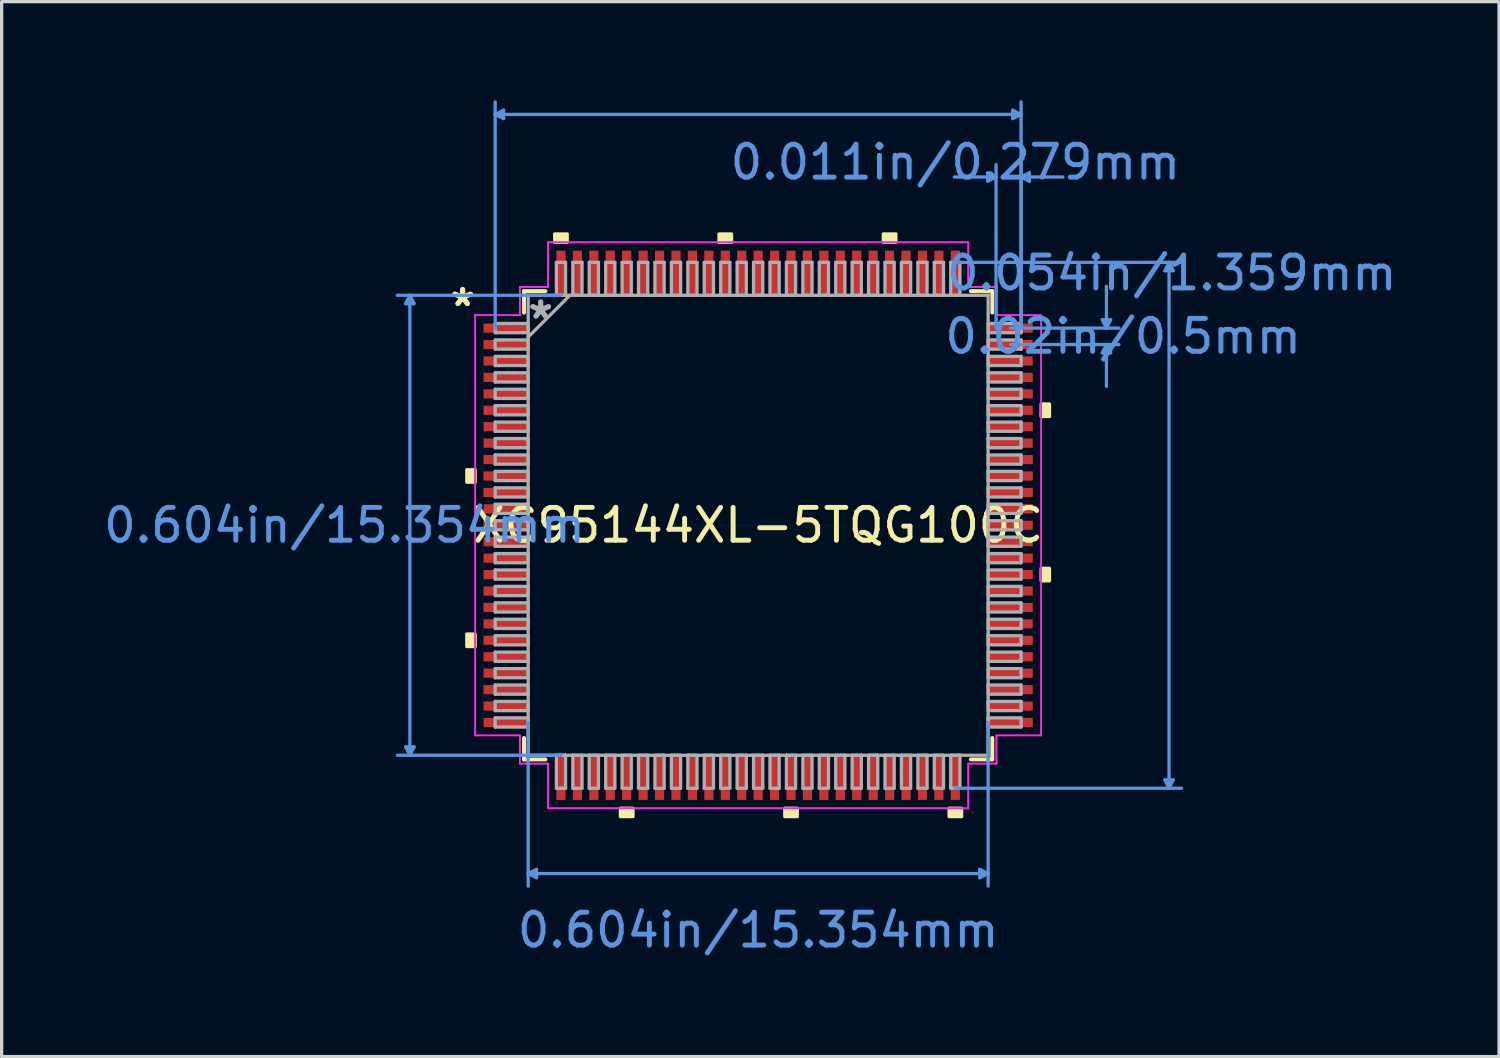
<source format=kicad_pcb>
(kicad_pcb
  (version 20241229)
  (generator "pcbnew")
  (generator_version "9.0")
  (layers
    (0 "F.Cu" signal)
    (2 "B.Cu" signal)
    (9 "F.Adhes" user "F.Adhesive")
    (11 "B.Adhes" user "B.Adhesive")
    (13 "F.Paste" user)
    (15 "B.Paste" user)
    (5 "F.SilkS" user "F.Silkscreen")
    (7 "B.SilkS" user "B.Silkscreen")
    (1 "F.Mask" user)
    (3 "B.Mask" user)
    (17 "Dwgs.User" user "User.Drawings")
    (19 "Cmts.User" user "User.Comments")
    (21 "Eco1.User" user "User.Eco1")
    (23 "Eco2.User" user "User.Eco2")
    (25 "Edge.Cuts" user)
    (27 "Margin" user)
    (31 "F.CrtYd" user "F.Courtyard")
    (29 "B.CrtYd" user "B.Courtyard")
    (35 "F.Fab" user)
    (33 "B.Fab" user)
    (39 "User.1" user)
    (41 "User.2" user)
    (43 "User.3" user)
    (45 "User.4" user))
  (footprint "XC95144XL-5TQG100C"
    (layer "F.Cu")
    (at 20.02 12.934)
    (property "Reference" "XC95144XL-5TQG100C" (at 0 0 0) (layer "F.SilkS") (effects (font (size 1 1) (thickness 0.15))))
    (attr through_hole)
    (fp_line (start -7.125 -7.125) (end -7.125 -6.472) (stroke (width 0.12) (type solid)) (layer "F.SilkS"))
    (fp_line (start -7.125 6.472) (end -7.125 7.125) (stroke (width 0.12) (type solid)) (layer "F.SilkS"))
    (fp_line (start -7.125 7.125) (end -6.472 7.125) (stroke (width 0.12) (type solid)) (layer "F.SilkS"))
    (fp_line (start -6.472 -7.125) (end -7.125 -7.125) (stroke (width 0.12) (type solid)) (layer "F.SilkS"))
    (fp_line (start 6.472 7.125) (end 7.125 7.125) (stroke (width 0.12) (type solid)) (layer "F.SilkS"))
    (fp_line (start 7.125 -7.125) (end 6.472 -7.125) (stroke (width 0.12) (type solid)) (layer "F.SilkS"))
    (fp_line (start 7.125 -6.472) (end 7.125 -7.125) (stroke (width 0.12) (type solid)) (layer "F.SilkS"))
    (fp_line (start 7.125 7.125) (end 7.125 6.472) (stroke (width 0.12) (type solid)) (layer "F.SilkS"))
    (fp_poly (pts (xy -8.865 -1.69) (xy -8.865 -1.31) (xy -8.611 -1.31) (xy -8.611 -1.69)) (stroke (width 0.1) (type solid)) (fill yes) (layer "F.SilkS"))
    (fp_poly (pts (xy -8.865 3.31) (xy -8.865 3.691) (xy -8.611 3.691) (xy -8.611 3.31)) (stroke (width 0.1) (type solid)) (fill yes) (layer "F.SilkS"))
    (fp_poly (pts (xy -6.191 -8.611) (xy -6.191 -8.865) (xy -5.81 -8.865) (xy -5.81 -8.611)) (stroke (width 0.1) (type solid)) (fill yes) (layer "F.SilkS"))
    (fp_poly (pts (xy -4.191 8.611) (xy -4.191 8.865) (xy -3.809 8.865) (xy -3.809 8.611)) (stroke (width 0.1) (type solid)) (fill yes) (layer "F.SilkS"))
    (fp_poly (pts (xy -1.191 -8.611) (xy -1.191 -8.865) (xy -0.81 -8.865) (xy -0.81 -8.611)) (stroke (width 0.1) (type solid)) (fill yes) (layer "F.SilkS"))
    (fp_poly (pts (xy 0.81 8.611) (xy 0.81 8.865) (xy 1.191 8.865) (xy 1.191 8.611)) (stroke (width 0.1) (type solid)) (fill yes) (layer "F.SilkS"))
    (fp_poly (pts (xy 3.809 -8.611) (xy 3.809 -8.865) (xy 4.191 -8.865) (xy 4.191 -8.611)) (stroke (width 0.1) (type solid)) (fill yes) (layer "F.SilkS"))
    (fp_poly (pts (xy 5.81 8.611) (xy 5.81 8.865) (xy 6.191 8.865) (xy 6.191 8.611)) (stroke (width 0.1) (type solid)) (fill yes) (layer "F.SilkS"))
    (fp_poly (pts (xy 8.865 -3.691) (xy 8.865 -3.31) (xy 8.611 -3.31) (xy 8.611 -3.691)) (stroke (width 0.1) (type solid)) (fill yes) (layer "F.SilkS"))
    (fp_poly (pts (xy 8.865 1.31) (xy 8.865 1.69) (xy 8.611 1.69) (xy 8.611 1.31)) (stroke (width 0.1) (type solid)) (fill yes) (layer "F.SilkS"))
    (fp_line (start -10.725 -6.744) (end -10.471 -6.744) (stroke (width 0.1) (type solid)) (layer "Cmts.User"))
    (fp_line (start -10.725 6.744) (end -10.471 6.744) (stroke (width 0.1) (type solid)) (layer "Cmts.User"))
    (fp_line (start -10.598 -6.998) (end -10.725 -6.744) (stroke (width 0.1) (type solid)) (layer "Cmts.User"))
    (fp_line (start -10.598 -6.998) (end -10.598 6.998) (stroke (width 0.1) (type solid)) (layer "Cmts.User"))
    (fp_line (start -10.598 -6.998) (end -10.471 -6.744) (stroke (width 0.1) (type solid)) (layer "Cmts.User"))
    (fp_line (start -10.598 6.998) (end -10.725 6.744) (stroke (width 0.1) (type solid)) (layer "Cmts.User"))
    (fp_line (start -10.598 6.998) (end -10.471 6.744) (stroke (width 0.1) (type solid)) (layer "Cmts.User"))
    (fp_line (start -8.001 -12.503) (end -7.747 -12.63) (stroke (width 0.1) (type solid)) (layer "Cmts.User"))
    (fp_line (start -8.001 -12.503) (end -7.747 -12.376) (stroke (width 0.1) (type solid)) (layer "Cmts.User"))
    (fp_line (start -8.001 -12.503) (end 8.001 -12.503) (stroke (width 0.1) (type solid)) (layer "Cmts.User"))
    (fp_line (start -8.001 -6) (end -8.001 -12.884) (stroke (width 0.1) (type solid)) (layer "Cmts.User"))
    (fp_line (start -7.747 -12.63) (end -7.747 -12.376) (stroke (width 0.1) (type solid)) (layer "Cmts.User"))
    (fp_line (start -6.998 6) (end -6.998 10.979) (stroke (width 0.1) (type solid)) (layer "Cmts.User"))
    (fp_line (start -6.998 10.598) (end -6.744 10.471) (stroke (width 0.1) (type solid)) (layer "Cmts.User"))
    (fp_line (start -6.998 10.598) (end -6.744 10.725) (stroke (width 0.1) (type solid)) (layer "Cmts.User"))
    (fp_line (start -6.998 10.598) (end 6.998 10.598) (stroke (width 0.1) (type solid)) (layer "Cmts.User"))
    (fp_line (start -6.744 10.471) (end -6.744 10.725) (stroke (width 0.1) (type solid)) (layer "Cmts.User"))
    (fp_line (start -6 -6.998) (end -10.979 -6.998) (stroke (width 0.1) (type solid)) (layer "Cmts.User"))
    (fp_line (start -6 6.998) (end -10.979 6.998) (stroke (width 0.1) (type solid)) (layer "Cmts.User"))
    (fp_line (start 6 -8.001) (end 12.884 -8.001) (stroke (width 0.1) (type solid)) (layer "Cmts.User"))
    (fp_line (start 6 8.001) (end 12.884 8.001) (stroke (width 0.1) (type solid)) (layer "Cmts.User"))
    (fp_line (start 6.744 10.471) (end 6.744 10.725) (stroke (width 0.1) (type solid)) (layer "Cmts.User"))
    (fp_line (start 6.985 -10.725) (end 6.985 -10.471) (stroke (width 0.1) (type solid)) (layer "Cmts.User"))
    (fp_line (start 6.998 6) (end 6.998 10.979) (stroke (width 0.1) (type solid)) (layer "Cmts.User"))
    (fp_line (start 6.998 10.598) (end 6.744 10.471) (stroke (width 0.1) (type solid)) (layer "Cmts.User"))
    (fp_line (start 6.998 10.598) (end 6.744 10.725) (stroke (width 0.1) (type solid)) (layer "Cmts.User"))
    (fp_line (start 7.239 -10.598) (end 5.969 -10.598) (stroke (width 0.1) (type solid)) (layer "Cmts.User"))
    (fp_line (start 7.239 -10.598) (end 6.985 -10.725) (stroke (width 0.1) (type solid)) (layer "Cmts.User"))
    (fp_line (start 7.239 -10.598) (end 6.985 -10.471) (stroke (width 0.1) (type solid)) (layer "Cmts.User"))
    (fp_line (start 7.239 -6) (end 7.239 -10.979) (stroke (width 0.1) (type solid)) (layer "Cmts.User"))
    (fp_line (start 7.677 -6) (end 10.979 -6) (stroke (width 0.1) (type solid)) (layer "Cmts.User"))
    (fp_line (start 7.677 -5.5) (end 10.979 -5.5) (stroke (width 0.1) (type solid)) (layer "Cmts.User"))
    (fp_line (start 7.747 -12.63) (end 7.747 -12.376) (stroke (width 0.1) (type solid)) (layer "Cmts.User"))
    (fp_line (start 8.001 -12.503) (end 7.747 -12.63) (stroke (width 0.1) (type solid)) (layer "Cmts.User"))
    (fp_line (start 8.001 -12.503) (end 7.747 -12.376) (stroke (width 0.1) (type solid)) (layer "Cmts.User"))
    (fp_line (start 8.001 -10.598) (end 8.255 -10.725) (stroke (width 0.1) (type solid)) (layer "Cmts.User"))
    (fp_line (start 8.001 -10.598) (end 8.255 -10.471) (stroke (width 0.1) (type solid)) (layer "Cmts.User"))
    (fp_line (start 8.001 -10.598) (end 9.271 -10.598) (stroke (width 0.1) (type solid)) (layer "Cmts.User"))
    (fp_line (start 8.001 -6) (end 8.001 -12.884) (stroke (width 0.1) (type solid)) (layer "Cmts.User"))
    (fp_line (start 8.001 -6) (end 8.001 -10.979) (stroke (width 0.1) (type solid)) (layer "Cmts.User"))
    (fp_line (start 8.255 -10.725) (end 8.255 -10.471) (stroke (width 0.1) (type solid)) (layer "Cmts.User"))
    (fp_line (start 10.471 -6.254) (end 10.725 -6.254) (stroke (width 0.1) (type solid)) (layer "Cmts.User"))
    (fp_line (start 10.471 -5.246) (end 10.725 -5.246) (stroke (width 0.1) (type solid)) (layer "Cmts.User"))
    (fp_line (start 10.598 -6) (end 10.471 -6.254) (stroke (width 0.1) (type solid)) (layer "Cmts.User"))
    (fp_line (start 10.598 -6) (end 10.598 -7.27) (stroke (width 0.1) (type solid)) (layer "Cmts.User"))
    (fp_line (start 10.598 -6) (end 10.725 -6.254) (stroke (width 0.1) (type solid)) (layer "Cmts.User"))
    (fp_line (start 10.598 -5.5) (end 10.471 -5.246) (stroke (width 0.1) (type solid)) (layer "Cmts.User"))
    (fp_line (start 10.598 -5.5) (end 10.598 -4.23) (stroke (width 0.1) (type solid)) (layer "Cmts.User"))
    (fp_line (start 10.598 -5.5) (end 10.725 -5.246) (stroke (width 0.1) (type solid)) (layer "Cmts.User"))
    (fp_line (start 12.376 -7.747) (end 12.63 -7.747) (stroke (width 0.1) (type solid)) (layer "Cmts.User"))
    (fp_line (start 12.376 7.747) (end 12.63 7.747) (stroke (width 0.1) (type solid)) (layer "Cmts.User"))
    (fp_line (start 12.503 -8.001) (end 12.376 -7.747) (stroke (width 0.1) (type solid)) (layer "Cmts.User"))
    (fp_line (start 12.503 -8.001) (end 12.503 8.001) (stroke (width 0.1) (type solid)) (layer "Cmts.User"))
    (fp_line (start 12.503 -8.001) (end 12.63 -7.747) (stroke (width 0.1) (type solid)) (layer "Cmts.User"))
    (fp_line (start 12.503 8.001) (end 12.376 7.747) (stroke (width 0.1) (type solid)) (layer "Cmts.User"))
    (fp_line (start 12.503 8.001) (end 12.63 7.747) (stroke (width 0.1) (type solid)) (layer "Cmts.User"))
    (fp_line (start -8.611 -6.394) (end -7.252 -6.394) (stroke (width 0.05) (type solid)) (layer "F.CrtYd"))
    (fp_line (start -8.611 -6.394) (end -7.252 -6.394) (stroke (width 0.05) (type solid)) (layer "F.CrtYd"))
    (fp_line (start -8.611 6.394) (end -8.611 -6.394) (stroke (width 0.05) (type solid)) (layer "F.CrtYd"))
    (fp_line (start -8.611 6.394) (end -8.611 -6.394) (stroke (width 0.05) (type solid)) (layer "F.CrtYd"))
    (fp_line (start -7.252 -7.252) (end -6.394 -7.252) (stroke (width 0.05) (type solid)) (layer "F.CrtYd"))
    (fp_line (start -7.252 -7.252) (end -6.394 -7.252) (stroke (width 0.05) (type solid)) (layer "F.CrtYd"))
    (fp_line (start -7.252 -6.394) (end -7.252 -7.252) (stroke (width 0.05) (type solid)) (layer "F.CrtYd"))
    (fp_line (start -7.252 -6.394) (end -7.252 -7.252) (stroke (width 0.05) (type solid)) (layer "F.CrtYd"))
    (fp_line (start -7.252 6.394) (end -8.611 6.394) (stroke (width 0.05) (type solid)) (layer "F.CrtYd"))
    (fp_line (start -7.252 6.394) (end -8.611 6.394) (stroke (width 0.05) (type solid)) (layer "F.CrtYd"))
    (fp_line (start -7.252 7.252) (end -7.252 6.394) (stroke (width 0.05) (type solid)) (layer "F.CrtYd"))
    (fp_line (start -7.252 7.252) (end -7.252 6.394) (stroke (width 0.05) (type solid)) (layer "F.CrtYd"))
    (fp_line (start -7.252 7.252) (end -6.394 7.252) (stroke (width 0.05) (type solid)) (layer "F.CrtYd"))
    (fp_line (start -6.394 -8.611) (end 6.394 -8.611) (stroke (width 0.05) (type solid)) (layer "F.CrtYd"))
    (fp_line (start -6.394 -8.611) (end 6.394 -8.611) (stroke (width 0.05) (type solid)) (layer "F.CrtYd"))
    (fp_line (start -6.394 -7.252) (end -6.394 -8.611) (stroke (width 0.05) (type solid)) (layer "F.CrtYd"))
    (fp_line (start -6.394 -7.252) (end -6.394 -8.611) (stroke (width 0.05) (type solid)) (layer "F.CrtYd"))
    (fp_line (start -6.394 7.252) (end -7.252 7.252) (stroke (width 0.05) (type solid)) (layer "F.CrtYd"))
    (fp_line (start -6.394 7.252) (end -6.394 8.611) (stroke (width 0.05) (type solid)) (layer "F.CrtYd"))
    (fp_line (start -6.394 8.611) (end -6.394 7.252) (stroke (width 0.05) (type solid)) (layer "F.CrtYd"))
    (fp_line (start -6.394 8.611) (end 6.394 8.611) (stroke (width 0.05) (type solid)) (layer "F.CrtYd"))
    (fp_line (start 6.394 -8.611) (end 6.394 -7.252) (stroke (width 0.05) (type solid)) (layer "F.CrtYd"))
    (fp_line (start 6.394 -8.611) (end 6.394 -7.252) (stroke (width 0.05) (type solid)) (layer "F.CrtYd"))
    (fp_line (start 6.394 -7.252) (end 7.252 -7.252) (stroke (width 0.05) (type solid)) (layer "F.CrtYd"))
    (fp_line (start 6.394 -7.252) (end 7.252 -7.252) (stroke (width 0.05) (type solid)) (layer "F.CrtYd"))
    (fp_line (start 6.394 7.252) (end 6.394 8.611) (stroke (width 0.05) (type solid)) (layer "F.CrtYd"))
    (fp_line (start 6.394 7.252) (end 7.252 7.252) (stroke (width 0.05) (type solid)) (layer "F.CrtYd"))
    (fp_line (start 6.394 8.611) (end -6.394 8.611) (stroke (width 0.05) (type solid)) (layer "F.CrtYd"))
    (fp_line (start 6.394 8.611) (end 6.394 7.252) (stroke (width 0.05) (type solid)) (layer "F.CrtYd"))
    (fp_line (start 7.252 -7.252) (end 7.252 -6.394) (stroke (width 0.05) (type solid)) (layer "F.CrtYd"))
    (fp_line (start 7.252 -6.394) (end 7.252 -7.252) (stroke (width 0.05) (type solid)) (layer "F.CrtYd"))
    (fp_line (start 7.252 -6.394) (end 8.611 -6.394) (stroke (width 0.05) (type solid)) (layer "F.CrtYd"))
    (fp_line (start 7.252 6.394) (end 7.252 7.252) (stroke (width 0.05) (type solid)) (layer "F.CrtYd"))
    (fp_line (start 7.252 6.394) (end 8.611 6.394) (stroke (width 0.05) (type solid)) (layer "F.CrtYd"))
    (fp_line (start 7.252 7.252) (end 6.394 7.252) (stroke (width 0.05) (type solid)) (layer "F.CrtYd"))
    (fp_line (start 7.252 7.252) (end 7.252 6.394) (stroke (width 0.05) (type solid)) (layer "F.CrtYd"))
    (fp_line (start 8.611 -6.394) (end 7.252 -6.394) (stroke (width 0.05) (type solid)) (layer "F.CrtYd"))
    (fp_line (start 8.611 -6.394) (end 8.611 6.394) (stroke (width 0.05) (type solid)) (layer "F.CrtYd"))
    (fp_line (start 8.611 6.394) (end 7.252 6.394) (stroke (width 0.05) (type solid)) (layer "F.CrtYd"))
    (fp_line (start 8.611 6.394) (end 8.611 -6.394) (stroke (width 0.05) (type solid)) (layer "F.CrtYd"))
    (fp_line (start -8.001 -6.14) (end -8.001 -5.86) (stroke (width 0.1) (type solid)) (layer "F.Fab"))
    (fp_line (start -8.001 -5.86) (end -6.998 -5.86) (stroke (width 0.1) (type solid)) (layer "F.Fab"))
    (fp_line (start -8.001 -5.64) (end -8.001 -5.36) (stroke (width 0.1) (type solid)) (layer "F.Fab"))
    (fp_line (start -8.001 -5.36) (end -6.998 -5.36) (stroke (width 0.1) (type solid)) (layer "F.Fab"))
    (fp_line (start -8.001 -5.14) (end -8.001 -4.86) (stroke (width 0.1) (type solid)) (layer "F.Fab"))
    (fp_line (start -8.001 -4.86) (end -6.998 -4.86) (stroke (width 0.1) (type solid)) (layer "F.Fab"))
    (fp_line (start -8.001 -4.64) (end -8.001 -4.36) (stroke (width 0.1) (type solid)) (layer "F.Fab"))
    (fp_line (start -8.001 -4.36) (end -6.998 -4.36) (stroke (width 0.1) (type solid)) (layer "F.Fab"))
    (fp_line (start -8.001 -4.14) (end -8.001 -3.86) (stroke (width 0.1) (type solid)) (layer "F.Fab"))
    (fp_line (start -8.001 -3.86) (end -6.998 -3.86) (stroke (width 0.1) (type solid)) (layer "F.Fab"))
    (fp_line (start -8.001 -3.64) (end -8.001 -3.36) (stroke (width 0.1) (type solid)) (layer "F.Fab"))
    (fp_line (start -8.001 -3.36) (end -6.998 -3.36) (stroke (width 0.1) (type solid)) (layer "F.Fab"))
    (fp_line (start -8.001 -3.14) (end -8.001 -2.86) (stroke (width 0.1) (type solid)) (layer "F.Fab"))
    (fp_line (start -8.001 -2.86) (end -6.998 -2.86) (stroke (width 0.1) (type solid)) (layer "F.Fab"))
    (fp_line (start -8.001 -2.64) (end -8.001 -2.36) (stroke (width 0.1) (type solid)) (layer "F.Fab"))
    (fp_line (start -8.001 -2.36) (end -6.998 -2.36) (stroke (width 0.1) (type solid)) (layer "F.Fab"))
    (fp_line (start -8.001 -2.14) (end -8.001 -1.86) (stroke (width 0.1) (type solid)) (layer "F.Fab"))
    (fp_line (start -8.001 -1.86) (end -6.998 -1.86) (stroke (width 0.1) (type solid)) (layer "F.Fab"))
    (fp_line (start -8.001 -1.64) (end -8.001 -1.36) (stroke (width 0.1) (type solid)) (layer "F.Fab"))
    (fp_line (start -8.001 -1.36) (end -6.998 -1.36) (stroke (width 0.1) (type solid)) (layer "F.Fab"))
    (fp_line (start -8.001 -1.14) (end -8.001 -0.86) (stroke (width 0.1) (type solid)) (layer "F.Fab"))
    (fp_line (start -8.001 -0.86) (end -6.998 -0.86) (stroke (width 0.1) (type solid)) (layer "F.Fab"))
    (fp_line (start -8.001 -0.64) (end -8.001 -0.36) (stroke (width 0.1) (type solid)) (layer "F.Fab"))
    (fp_line (start -8.001 -0.36) (end -6.998 -0.36) (stroke (width 0.1) (type solid)) (layer "F.Fab"))
    (fp_line (start -8.001 -0.14) (end -8.001 0.14) (stroke (width 0.1) (type solid)) (layer "F.Fab"))
    (fp_line (start -8.001 0.14) (end -6.998 0.14) (stroke (width 0.1) (type solid)) (layer "F.Fab"))
    (fp_line (start -8.001 0.36) (end -8.001 0.64) (stroke (width 0.1) (type solid)) (layer "F.Fab"))
    (fp_line (start -8.001 0.64) (end -6.998 0.64) (stroke (width 0.1) (type solid)) (layer "F.Fab"))
    (fp_line (start -8.001 0.86) (end -8.001 1.14) (stroke (width 0.1) (type solid)) (layer "F.Fab"))
    (fp_line (start -8.001 1.14) (end -6.998 1.14) (stroke (width 0.1) (type solid)) (layer "F.Fab"))
    (fp_line (start -8.001 1.36) (end -8.001 1.64) (stroke (width 0.1) (type solid)) (layer "F.Fab"))
    (fp_line (start -8.001 1.64) (end -6.998 1.64) (stroke (width 0.1) (type solid)) (layer "F.Fab"))
    (fp_line (start -8.001 1.86) (end -8.001 2.14) (stroke (width 0.1) (type solid)) (layer "F.Fab"))
    (fp_line (start -8.001 2.14) (end -6.998 2.14) (stroke (width 0.1) (type solid)) (layer "F.Fab"))
    (fp_line (start -8.001 2.36) (end -8.001 2.64) (stroke (width 0.1) (type solid)) (layer "F.Fab"))
    (fp_line (start -8.001 2.64) (end -6.998 2.64) (stroke (width 0.1) (type solid)) (layer "F.Fab"))
    (fp_line (start -8.001 2.86) (end -8.001 3.14) (stroke (width 0.1) (type solid)) (layer "F.Fab"))
    (fp_line (start -8.001 3.14) (end -6.998 3.14) (stroke (width 0.1) (type solid)) (layer "F.Fab"))
    (fp_line (start -8.001 3.36) (end -8.001 3.64) (stroke (width 0.1) (type solid)) (layer "F.Fab"))
    (fp_line (start -8.001 3.64) (end -6.998 3.64) (stroke (width 0.1) (type solid)) (layer "F.Fab"))
    (fp_line (start -8.001 3.86) (end -8.001 4.14) (stroke (width 0.1) (type solid)) (layer "F.Fab"))
    (fp_line (start -8.001 4.14) (end -6.998 4.14) (stroke (width 0.1) (type solid)) (layer "F.Fab"))
    (fp_line (start -8.001 4.36) (end -8.001 4.64) (stroke (width 0.1) (type solid)) (layer "F.Fab"))
    (fp_line (start -8.001 4.64) (end -6.998 4.64) (stroke (width 0.1) (type solid)) (layer "F.Fab"))
    (fp_line (start -8.001 4.86) (end -8.001 5.14) (stroke (width 0.1) (type solid)) (layer "F.Fab"))
    (fp_line (start -8.001 5.14) (end -6.998 5.14) (stroke (width 0.1) (type solid)) (layer "F.Fab"))
    (fp_line (start -8.001 5.36) (end -8.001 5.64) (stroke (width 0.1) (type solid)) (layer "F.Fab"))
    (fp_line (start -8.001 5.64) (end -6.998 5.64) (stroke (width 0.1) (type solid)) (layer "F.Fab"))
    (fp_line (start -8.001 5.86) (end -8.001 6.14) (stroke (width 0.1) (type solid)) (layer "F.Fab"))
    (fp_line (start -8.001 6.14) (end -6.998 6.14) (stroke (width 0.1) (type solid)) (layer "F.Fab"))
    (fp_line (start -6.998 -6.998) (end -6.998 -6.998) (stroke (width 0.1) (type solid)) (layer "F.Fab"))
    (fp_line (start -6.998 -6.998) (end -6.998 6.998) (stroke (width 0.1) (type solid)) (layer "F.Fab"))
    (fp_line (start -6.998 -6.14) (end -8.001 -6.14) (stroke (width 0.1) (type solid)) (layer "F.Fab"))
    (fp_line (start -6.998 -5.86) (end -6.998 -6.14) (stroke (width 0.1) (type solid)) (layer "F.Fab"))
    (fp_line (start -6.998 -5.728) (end -5.728 -6.998) (stroke (width 0.1) (type solid)) (layer "F.Fab"))
    (fp_line (start -6.998 -5.64) (end -8.001 -5.64) (stroke (width 0.1) (type solid)) (layer "F.Fab"))
    (fp_line (start -6.998 -5.36) (end -6.998 -5.64) (stroke (width 0.1) (type solid)) (layer "F.Fab"))
    (fp_line (start -6.998 -5.14) (end -8.001 -5.14) (stroke (width 0.1) (type solid)) (layer "F.Fab"))
    (fp_line (start -6.998 -4.86) (end -6.998 -5.14) (stroke (width 0.1) (type solid)) (layer "F.Fab"))
    (fp_line (start -6.998 -4.64) (end -8.001 -4.64) (stroke (width 0.1) (type solid)) (layer "F.Fab"))
    (fp_line (start -6.998 -4.36) (end -6.998 -4.64) (stroke (width 0.1) (type solid)) (layer "F.Fab"))
    (fp_line (start -6.998 -4.14) (end -8.001 -4.14) (stroke (width 0.1) (type solid)) (layer "F.Fab"))
    (fp_line (start -6.998 -3.86) (end -6.998 -4.14) (stroke (width 0.1) (type solid)) (layer "F.Fab"))
    (fp_line (start -6.998 -3.64) (end -8.001 -3.64) (stroke (width 0.1) (type solid)) (layer "F.Fab"))
    (fp_line (start -6.998 -3.36) (end -6.998 -3.64) (stroke (width 0.1) (type solid)) (layer "F.Fab"))
    (fp_line (start -6.998 -3.14) (end -8.001 -3.14) (stroke (width 0.1) (type solid)) (layer "F.Fab"))
    (fp_line (start -6.998 -2.86) (end -6.998 -3.14) (stroke (width 0.1) (type solid)) (layer "F.Fab"))
    (fp_line (start -6.998 -2.64) (end -8.001 -2.64) (stroke (width 0.1) (type solid)) (layer "F.Fab"))
    (fp_line (start -6.998 -2.36) (end -6.998 -2.64) (stroke (width 0.1) (type solid)) (layer "F.Fab"))
    (fp_line (start -6.998 -2.14) (end -8.001 -2.14) (stroke (width 0.1) (type solid)) (layer "F.Fab"))
    (fp_line (start -6.998 -1.86) (end -6.998 -2.14) (stroke (width 0.1) (type solid)) (layer "F.Fab"))
    (fp_line (start -6.998 -1.64) (end -8.001 -1.64) (stroke (width 0.1) (type solid)) (layer "F.Fab"))
    (fp_line (start -6.998 -1.36) (end -6.998 -1.64) (stroke (width 0.1) (type solid)) (layer "F.Fab"))
    (fp_line (start -6.998 -1.14) (end -8.001 -1.14) (stroke (width 0.1) (type solid)) (layer "F.Fab"))
    (fp_line (start -6.998 -0.86) (end -6.998 -1.14) (stroke (width 0.1) (type solid)) (layer "F.Fab"))
    (fp_line (start -6.998 -0.64) (end -8.001 -0.64) (stroke (width 0.1) (type solid)) (layer "F.Fab"))
    (fp_line (start -6.998 -0.36) (end -6.998 -0.64) (stroke (width 0.1) (type solid)) (layer "F.Fab"))
    (fp_line (start -6.998 -0.14) (end -8.001 -0.14) (stroke (width 0.1) (type solid)) (layer "F.Fab"))
    (fp_line (start -6.998 0.14) (end -6.998 -0.14) (stroke (width 0.1) (type solid)) (layer "F.Fab"))
    (fp_line (start -6.998 0.36) (end -8.001 0.36) (stroke (width 0.1) (type solid)) (layer "F.Fab"))
    (fp_line (start -6.998 0.64) (end -6.998 0.36) (stroke (width 0.1) (type solid)) (layer "F.Fab"))
    (fp_line (start -6.998 0.86) (end -8.001 0.86) (stroke (width 0.1) (type solid)) (layer "F.Fab"))
    (fp_line (start -6.998 1.14) (end -6.998 0.86) (stroke (width 0.1) (type solid)) (layer "F.Fab"))
    (fp_line (start -6.998 1.36) (end -8.001 1.36) (stroke (width 0.1) (type solid)) (layer "F.Fab"))
    (fp_line (start -6.998 1.64) (end -6.998 1.36) (stroke (width 0.1) (type solid)) (layer "F.Fab"))
    (fp_line (start -6.998 1.86) (end -8.001 1.86) (stroke (width 0.1) (type solid)) (layer "F.Fab"))
    (fp_line (start -6.998 2.14) (end -6.998 1.86) (stroke (width 0.1) (type solid)) (layer "F.Fab"))
    (fp_line (start -6.998 2.36) (end -8.001 2.36) (stroke (width 0.1) (type solid)) (layer "F.Fab"))
    (fp_line (start -6.998 2.64) (end -6.998 2.36) (stroke (width 0.1) (type solid)) (layer "F.Fab"))
    (fp_line (start -6.998 2.86) (end -8.001 2.86) (stroke (width 0.1) (type solid)) (layer "F.Fab"))
    (fp_line (start -6.998 3.14) (end -6.998 2.86) (stroke (width 0.1) (type solid)) (layer "F.Fab"))
    (fp_line (start -6.998 3.36) (end -8.001 3.36) (stroke (width 0.1) (type solid)) (layer "F.Fab"))
    (fp_line (start -6.998 3.64) (end -6.998 3.36) (stroke (width 0.1) (type solid)) (layer "F.Fab"))
    (fp_line (start -6.998 3.86) (end -8.001 3.86) (stroke (width 0.1) (type solid)) (layer "F.Fab"))
    (fp_line (start -6.998 4.14) (end -6.998 3.86) (stroke (width 0.1) (type solid)) (layer "F.Fab"))
    (fp_line (start -6.998 4.36) (end -8.001 4.36) (stroke (width 0.1) (type solid)) (layer "F.Fab"))
    (fp_line (start -6.998 4.64) (end -6.998 4.36) (stroke (width 0.1) (type solid)) (layer "F.Fab"))
    (fp_line (start -6.998 4.86) (end -8.001 4.86) (stroke (width 0.1) (type solid)) (layer "F.Fab"))
    (fp_line (start -6.998 5.14) (end -6.998 4.86) (stroke (width 0.1) (type solid)) (layer "F.Fab"))
    (fp_line (start -6.998 5.36) (end -8.001 5.36) (stroke (width 0.1) (type solid)) (layer "F.Fab"))
    (fp_line (start -6.998 5.64) (end -6.998 5.36) (stroke (width 0.1) (type solid)) (layer "F.Fab"))
    (fp_line (start -6.998 5.86) (end -8.001 5.86) (stroke (width 0.1) (type solid)) (layer "F.Fab"))
    (fp_line (start -6.998 6.14) (end -6.998 5.86) (stroke (width 0.1) (type solid)) (layer "F.Fab"))
    (fp_line (start -6.998 6.998) (end -6.998 6.998) (stroke (width 0.1) (type solid)) (layer "F.Fab"))
    (fp_line (start -6.998 6.998) (end 6.998 6.998) (stroke (width 0.1) (type solid)) (layer "F.Fab"))
    (fp_line (start -6.14 -8.001) (end -6.14 -6.998) (stroke (width 0.1) (type solid)) (layer "F.Fab"))
    (fp_line (start -6.14 -6.998) (end -5.86 -6.998) (stroke (width 0.1) (type solid)) (layer "F.Fab"))
    (fp_line (start -6.14 6.998) (end -6.14 8.001) (stroke (width 0.1) (type solid)) (layer "F.Fab"))
    (fp_line (start -6.14 8.001) (end -5.86 8.001) (stroke (width 0.1) (type solid)) (layer "F.Fab"))
    (fp_line (start -5.86 -8.001) (end -6.14 -8.001) (stroke (width 0.1) (type solid)) (layer "F.Fab"))
    (fp_line (start -5.86 -6.998) (end -5.86 -8.001) (stroke (width 0.1) (type solid)) (layer "F.Fab"))
    (fp_line (start -5.86 6.998) (end -6.14 6.998) (stroke (width 0.1) (type solid)) (layer "F.Fab"))
    (fp_line (start -5.86 8.001) (end -5.86 6.998) (stroke (width 0.1) (type solid)) (layer "F.Fab"))
    (fp_line (start -5.64 -8.001) (end -5.64 -6.998) (stroke (width 0.1) (type solid)) (layer "F.Fab"))
    (fp_line (start -5.64 -6.998) (end -5.36 -6.998) (stroke (width 0.1) (type solid)) (layer "F.Fab"))
    (fp_line (start -5.64 6.998) (end -5.64 8.001) (stroke (width 0.1) (type solid)) (layer "F.Fab"))
    (fp_line (start -5.64 8.001) (end -5.36 8.001) (stroke (width 0.1) (type solid)) (layer "F.Fab"))
    (fp_line (start -5.36 -8.001) (end -5.64 -8.001) (stroke (width 0.1) (type solid)) (layer "F.Fab"))
    (fp_line (start -5.36 -6.998) (end -5.36 -8.001) (stroke (width 0.1) (type solid)) (layer "F.Fab"))
    (fp_line (start -5.36 6.998) (end -5.64 6.998) (stroke (width 0.1) (type solid)) (layer "F.Fab"))
    (fp_line (start -5.36 8.001) (end -5.36 6.998) (stroke (width 0.1) (type solid)) (layer "F.Fab"))
    (fp_line (start -5.14 -8.001) (end -5.14 -6.998) (stroke (width 0.1) (type solid)) (layer "F.Fab"))
    (fp_line (start -5.14 -6.998) (end -4.86 -6.998) (stroke (width 0.1) (type solid)) (layer "F.Fab"))
    (fp_line (start -5.14 6.998) (end -5.14 8.001) (stroke (width 0.1) (type solid)) (layer "F.Fab"))
    (fp_line (start -5.14 8.001) (end -4.86 8.001) (stroke (width 0.1) (type solid)) (layer "F.Fab"))
    (fp_line (start -4.86 -8.001) (end -5.14 -8.001) (stroke (width 0.1) (type solid)) (layer "F.Fab"))
    (fp_line (start -4.86 -6.998) (end -4.86 -8.001) (stroke (width 0.1) (type solid)) (layer "F.Fab"))
    (fp_line (start -4.86 6.998) (end -5.14 6.998) (stroke (width 0.1) (type solid)) (layer "F.Fab"))
    (fp_line (start -4.86 8.001) (end -4.86 6.998) (stroke (width 0.1) (type solid)) (layer "F.Fab"))
    (fp_line (start -4.64 -8.001) (end -4.64 -6.998) (stroke (width 0.1) (type solid)) (layer "F.Fab"))
    (fp_line (start -4.64 -6.998) (end -4.36 -6.998) (stroke (width 0.1) (type solid)) (layer "F.Fab"))
    (fp_line (start -4.64 6.998) (end -4.64 8.001) (stroke (width 0.1) (type solid)) (layer "F.Fab"))
    (fp_line (start -4.64 8.001) (end -4.36 8.001) (stroke (width 0.1) (type solid)) (layer "F.Fab"))
    (fp_line (start -4.36 -8.001) (end -4.64 -8.001) (stroke (width 0.1) (type solid)) (layer "F.Fab"))
    (fp_line (start -4.36 -6.998) (end -4.36 -8.001) (stroke (width 0.1) (type solid)) (layer "F.Fab"))
    (fp_line (start -4.36 6.998) (end -4.64 6.998) (stroke (width 0.1) (type solid)) (layer "F.Fab"))
    (fp_line (start -4.36 8.001) (end -4.36 6.998) (stroke (width 0.1) (type solid)) (layer "F.Fab"))
    (fp_line (start -4.14 -8.001) (end -4.14 -6.998) (stroke (width 0.1) (type solid)) (layer "F.Fab"))
    (fp_line (start -4.14 -6.998) (end -3.86 -6.998) (stroke (width 0.1) (type solid)) (layer "F.Fab"))
    (fp_line (start -4.14 6.998) (end -4.14 8.001) (stroke (width 0.1) (type solid)) (layer "F.Fab"))
    (fp_line (start -4.14 8.001) (end -3.86 8.001) (stroke (width 0.1) (type solid)) (layer "F.Fab"))
    (fp_line (start -3.86 -8.001) (end -4.14 -8.001) (stroke (width 0.1) (type solid)) (layer "F.Fab"))
    (fp_line (start -3.86 -6.998) (end -3.86 -8.001) (stroke (width 0.1) (type solid)) (layer "F.Fab"))
    (fp_line (start -3.86 6.998) (end -4.14 6.998) (stroke (width 0.1) (type solid)) (layer "F.Fab"))
    (fp_line (start -3.86 8.001) (end -3.86 6.998) (stroke (width 0.1) (type solid)) (layer "F.Fab"))
    (fp_line (start -3.64 -8.001) (end -3.64 -6.998) (stroke (width 0.1) (type solid)) (layer "F.Fab"))
    (fp_line (start -3.64 -6.998) (end -3.36 -6.998) (stroke (width 0.1) (type solid)) (layer "F.Fab"))
    (fp_line (start -3.64 6.998) (end -3.64 8.001) (stroke (width 0.1) (type solid)) (layer "F.Fab"))
    (fp_line (start -3.64 8.001) (end -3.36 8.001) (stroke (width 0.1) (type solid)) (layer "F.Fab"))
    (fp_line (start -3.36 -8.001) (end -3.64 -8.001) (stroke (width 0.1) (type solid)) (layer "F.Fab"))
    (fp_line (start -3.36 -6.998) (end -3.36 -8.001) (stroke (width 0.1) (type solid)) (layer "F.Fab"))
    (fp_line (start -3.36 6.998) (end -3.64 6.998) (stroke (width 0.1) (type solid)) (layer "F.Fab"))
    (fp_line (start -3.36 8.001) (end -3.36 6.998) (stroke (width 0.1) (type solid)) (layer "F.Fab"))
    (fp_line (start -3.14 -8.001) (end -3.14 -6.998) (stroke (width 0.1) (type solid)) (layer "F.Fab"))
    (fp_line (start -3.14 -6.998) (end -2.86 -6.998) (stroke (width 0.1) (type solid)) (layer "F.Fab"))
    (fp_line (start -3.14 6.998) (end -3.14 8.001) (stroke (width 0.1) (type solid)) (layer "F.Fab"))
    (fp_line (start -3.14 8.001) (end -2.86 8.001) (stroke (width 0.1) (type solid)) (layer "F.Fab"))
    (fp_line (start -2.86 -8.001) (end -3.14 -8.001) (stroke (width 0.1) (type solid)) (layer "F.Fab"))
    (fp_line (start -2.86 -6.998) (end -2.86 -8.001) (stroke (width 0.1) (type solid)) (layer "F.Fab"))
    (fp_line (start -2.86 6.998) (end -3.14 6.998) (stroke (width 0.1) (type solid)) (layer "F.Fab"))
    (fp_line (start -2.86 8.001) (end -2.86 6.998) (stroke (width 0.1) (type solid)) (layer "F.Fab"))
    (fp_line (start -2.64 -8.001) (end -2.64 -6.998) (stroke (width 0.1) (type solid)) (layer "F.Fab"))
    (fp_line (start -2.64 -6.998) (end -2.36 -6.998) (stroke (width 0.1) (type solid)) (layer "F.Fab"))
    (fp_line (start -2.64 6.998) (end -2.64 8.001) (stroke (width 0.1) (type solid)) (layer "F.Fab"))
    (fp_line (start -2.64 8.001) (end -2.36 8.001) (stroke (width 0.1) (type solid)) (layer "F.Fab"))
    (fp_line (start -2.36 -8.001) (end -2.64 -8.001) (stroke (width 0.1) (type solid)) (layer "F.Fab"))
    (fp_line (start -2.36 -6.998) (end -2.36 -8.001) (stroke (width 0.1) (type solid)) (layer "F.Fab"))
    (fp_line (start -2.36 6.998) (end -2.64 6.998) (stroke (width 0.1) (type solid)) (layer "F.Fab"))
    (fp_line (start -2.36 8.001) (end -2.36 6.998) (stroke (width 0.1) (type solid)) (layer "F.Fab"))
    (fp_line (start -2.14 -8.001) (end -2.14 -6.998) (stroke (width 0.1) (type solid)) (layer "F.Fab"))
    (fp_line (start -2.14 -6.998) (end -1.86 -6.998) (stroke (width 0.1) (type solid)) (layer "F.Fab"))
    (fp_line (start -2.14 6.998) (end -2.14 8.001) (stroke (width 0.1) (type solid)) (layer "F.Fab"))
    (fp_line (start -2.14 8.001) (end -1.86 8.001) (stroke (width 0.1) (type solid)) (layer "F.Fab"))
    (fp_line (start -1.86 -8.001) (end -2.14 -8.001) (stroke (width 0.1) (type solid)) (layer "F.Fab"))
    (fp_line (start -1.86 -6.998) (end -1.86 -8.001) (stroke (width 0.1) (type solid)) (layer "F.Fab"))
    (fp_line (start -1.86 6.998) (end -2.14 6.998) (stroke (width 0.1) (type solid)) (layer "F.Fab"))
    (fp_line (start -1.86 8.001) (end -1.86 6.998) (stroke (width 0.1) (type solid)) (layer "F.Fab"))
    (fp_line (start -1.64 -8.001) (end -1.64 -6.998) (stroke (width 0.1) (type solid)) (layer "F.Fab"))
    (fp_line (start -1.64 -6.998) (end -1.36 -6.998) (stroke (width 0.1) (type solid)) (layer "F.Fab"))
    (fp_line (start -1.64 6.998) (end -1.64 8.001) (stroke (width 0.1) (type solid)) (layer "F.Fab"))
    (fp_line (start -1.64 8.001) (end -1.36 8.001) (stroke (width 0.1) (type solid)) (layer "F.Fab"))
    (fp_line (start -1.36 -8.001) (end -1.64 -8.001) (stroke (width 0.1) (type solid)) (layer "F.Fab"))
    (fp_line (start -1.36 -6.998) (end -1.36 -8.001) (stroke (width 0.1) (type solid)) (layer "F.Fab"))
    (fp_line (start -1.36 6.998) (end -1.64 6.998) (stroke (width 0.1) (type solid)) (layer "F.Fab"))
    (fp_line (start -1.36 8.001) (end -1.36 6.998) (stroke (width 0.1) (type solid)) (layer "F.Fab"))
    (fp_line (start -1.14 -8.001) (end -1.14 -6.998) (stroke (width 0.1) (type solid)) (layer "F.Fab"))
    (fp_line (start -1.14 -6.998) (end -0.86 -6.998) (stroke (width 0.1) (type solid)) (layer "F.Fab"))
    (fp_line (start -1.14 6.998) (end -1.14 8.001) (stroke (width 0.1) (type solid)) (layer "F.Fab"))
    (fp_line (start -1.14 8.001) (end -0.86 8.001) (stroke (width 0.1) (type solid)) (layer "F.Fab"))
    (fp_line (start -0.86 -8.001) (end -1.14 -8.001) (stroke (width 0.1) (type solid)) (layer "F.Fab"))
    (fp_line (start -0.86 -6.998) (end -0.86 -8.001) (stroke (width 0.1) (type solid)) (layer "F.Fab"))
    (fp_line (start -0.86 6.998) (end -1.14 6.998) (stroke (width 0.1) (type solid)) (layer "F.Fab"))
    (fp_line (start -0.86 8.001) (end -0.86 6.998) (stroke (width 0.1) (type solid)) (layer "F.Fab"))
    (fp_line (start -0.64 -8.001) (end -0.64 -6.998) (stroke (width 0.1) (type solid)) (layer "F.Fab"))
    (fp_line (start -0.64 -6.998) (end -0.36 -6.998) (stroke (width 0.1) (type solid)) (layer "F.Fab"))
    (fp_line (start -0.64 6.998) (end -0.64 8.001) (stroke (width 0.1) (type solid)) (layer "F.Fab"))
    (fp_line (start -0.64 8.001) (end -0.36 8.001) (stroke (width 0.1) (type solid)) (layer "F.Fab"))
    (fp_line (start -0.36 -8.001) (end -0.64 -8.001) (stroke (width 0.1) (type solid)) (layer "F.Fab"))
    (fp_line (start -0.36 -6.998) (end -0.36 -8.001) (stroke (width 0.1) (type solid)) (layer "F.Fab"))
    (fp_line (start -0.36 6.998) (end -0.64 6.998) (stroke (width 0.1) (type solid)) (layer "F.Fab"))
    (fp_line (start -0.36 8.001) (end -0.36 6.998) (stroke (width 0.1) (type solid)) (layer "F.Fab"))
    (fp_line (start -0.14 -8.001) (end -0.14 -6.998) (stroke (width 0.1) (type solid)) (layer "F.Fab"))
    (fp_line (start -0.14 -6.998) (end 0.14 -6.998) (stroke (width 0.1) (type solid)) (layer "F.Fab"))
    (fp_line (start -0.14 6.998) (end -0.14 8.001) (stroke (width 0.1) (type solid)) (layer "F.Fab"))
    (fp_line (start -0.14 8.001) (end 0.14 8.001) (stroke (width 0.1) (type solid)) (layer "F.Fab"))
    (fp_line (start 0.14 -8.001) (end -0.14 -8.001) (stroke (width 0.1) (type solid)) (layer "F.Fab"))
    (fp_line (start 0.14 -6.998) (end 0.14 -8.001) (stroke (width 0.1) (type solid)) (layer "F.Fab"))
    (fp_line (start 0.14 6.998) (end -0.14 6.998) (stroke (width 0.1) (type solid)) (layer "F.Fab"))
    (fp_line (start 0.14 8.001) (end 0.14 6.998) (stroke (width 0.1) (type solid)) (layer "F.Fab"))
    (fp_line (start 0.36 -8.001) (end 0.36 -6.998) (stroke (width 0.1) (type solid)) (layer "F.Fab"))
    (fp_line (start 0.36 -6.998) (end 0.64 -6.998) (stroke (width 0.1) (type solid)) (layer "F.Fab"))
    (fp_line (start 0.36 6.998) (end 0.36 8.001) (stroke (width 0.1) (type solid)) (layer "F.Fab"))
    (fp_line (start 0.36 8.001) (end 0.64 8.001) (stroke (width 0.1) (type solid)) (layer "F.Fab"))
    (fp_line (start 0.64 -8.001) (end 0.36 -8.001) (stroke (width 0.1) (type solid)) (layer "F.Fab"))
    (fp_line (start 0.64 -6.998) (end 0.64 -8.001) (stroke (width 0.1) (type solid)) (layer "F.Fab"))
    (fp_line (start 0.64 6.998) (end 0.36 6.998) (stroke (width 0.1) (type solid)) (layer "F.Fab"))
    (fp_line (start 0.64 8.001) (end 0.64 6.998) (stroke (width 0.1) (type solid)) (layer "F.Fab"))
    (fp_line (start 0.86 -8.001) (end 0.86 -6.998) (stroke (width 0.1) (type solid)) (layer "F.Fab"))
    (fp_line (start 0.86 -6.998) (end 1.14 -6.998) (stroke (width 0.1) (type solid)) (layer "F.Fab"))
    (fp_line (start 0.86 6.998) (end 0.86 8.001) (stroke (width 0.1) (type solid)) (layer "F.Fab"))
    (fp_line (start 0.86 8.001) (end 1.14 8.001) (stroke (width 0.1) (type solid)) (layer "F.Fab"))
    (fp_line (start 1.14 -8.001) (end 0.86 -8.001) (stroke (width 0.1) (type solid)) (layer "F.Fab"))
    (fp_line (start 1.14 -6.998) (end 1.14 -8.001) (stroke (width 0.1) (type solid)) (layer "F.Fab"))
    (fp_line (start 1.14 6.998) (end 0.86 6.998) (stroke (width 0.1) (type solid)) (layer "F.Fab"))
    (fp_line (start 1.14 8.001) (end 1.14 6.998) (stroke (width 0.1) (type solid)) (layer "F.Fab"))
    (fp_line (start 1.36 -8.001) (end 1.36 -6.998) (stroke (width 0.1) (type solid)) (layer "F.Fab"))
    (fp_line (start 1.36 -6.998) (end 1.64 -6.998) (stroke (width 0.1) (type solid)) (layer "F.Fab"))
    (fp_line (start 1.36 6.998) (end 1.36 8.001) (stroke (width 0.1) (type solid)) (layer "F.Fab"))
    (fp_line (start 1.36 8.001) (end 1.64 8.001) (stroke (width 0.1) (type solid)) (layer "F.Fab"))
    (fp_line (start 1.64 -8.001) (end 1.36 -8.001) (stroke (width 0.1) (type solid)) (layer "F.Fab"))
    (fp_line (start 1.64 -6.998) (end 1.64 -8.001) (stroke (width 0.1) (type solid)) (layer "F.Fab"))
    (fp_line (start 1.64 6.998) (end 1.36 6.998) (stroke (width 0.1) (type solid)) (layer "F.Fab"))
    (fp_line (start 1.64 8.001) (end 1.64 6.998) (stroke (width 0.1) (type solid)) (layer "F.Fab"))
    (fp_line (start 1.86 -8.001) (end 1.86 -6.998) (stroke (width 0.1) (type solid)) (layer "F.Fab"))
    (fp_line (start 1.86 -6.998) (end 2.14 -6.998) (stroke (width 0.1) (type solid)) (layer "F.Fab"))
    (fp_line (start 1.86 6.998) (end 1.86 8.001) (stroke (width 0.1) (type solid)) (layer "F.Fab"))
    (fp_line (start 1.86 8.001) (end 2.14 8.001) (stroke (width 0.1) (type solid)) (layer "F.Fab"))
    (fp_line (start 2.14 -8.001) (end 1.86 -8.001) (stroke (width 0.1) (type solid)) (layer "F.Fab"))
    (fp_line (start 2.14 -6.998) (end 2.14 -8.001) (stroke (width 0.1) (type solid)) (layer "F.Fab"))
    (fp_line (start 2.14 6.998) (end 1.86 6.998) (stroke (width 0.1) (type solid)) (layer "F.Fab"))
    (fp_line (start 2.14 8.001) (end 2.14 6.998) (stroke (width 0.1) (type solid)) (layer "F.Fab"))
    (fp_line (start 2.36 -8.001) (end 2.36 -6.998) (stroke (width 0.1) (type solid)) (layer "F.Fab"))
    (fp_line (start 2.36 -6.998) (end 2.64 -6.998) (stroke (width 0.1) (type solid)) (layer "F.Fab"))
    (fp_line (start 2.36 6.998) (end 2.36 8.001) (stroke (width 0.1) (type solid)) (layer "F.Fab"))
    (fp_line (start 2.36 8.001) (end 2.64 8.001) (stroke (width 0.1) (type solid)) (layer "F.Fab"))
    (fp_line (start 2.64 -8.001) (end 2.36 -8.001) (stroke (width 0.1) (type solid)) (layer "F.Fab"))
    (fp_line (start 2.64 -6.998) (end 2.64 -8.001) (stroke (width 0.1) (type solid)) (layer "F.Fab"))
    (fp_line (start 2.64 6.998) (end 2.36 6.998) (stroke (width 0.1) (type solid)) (layer "F.Fab"))
    (fp_line (start 2.64 8.001) (end 2.64 6.998) (stroke (width 0.1) (type solid)) (layer "F.Fab"))
    (fp_line (start 2.86 -8.001) (end 2.86 -6.998) (stroke (width 0.1) (type solid)) (layer "F.Fab"))
    (fp_line (start 2.86 -6.998) (end 3.14 -6.998) (stroke (width 0.1) (type solid)) (layer "F.Fab"))
    (fp_line (start 2.86 6.998) (end 2.86 8.001) (stroke (width 0.1) (type solid)) (layer "F.Fab"))
    (fp_line (start 2.86 8.001) (end 3.14 8.001) (stroke (width 0.1) (type solid)) (layer "F.Fab"))
    (fp_line (start 3.14 -8.001) (end 2.86 -8.001) (stroke (width 0.1) (type solid)) (layer "F.Fab"))
    (fp_line (start 3.14 -6.998) (end 3.14 -8.001) (stroke (width 0.1) (type solid)) (layer "F.Fab"))
    (fp_line (start 3.14 6.998) (end 2.86 6.998) (stroke (width 0.1) (type solid)) (layer "F.Fab"))
    (fp_line (start 3.14 8.001) (end 3.14 6.998) (stroke (width 0.1) (type solid)) (layer "F.Fab"))
    (fp_line (start 3.36 -8.001) (end 3.36 -6.998) (stroke (width 0.1) (type solid)) (layer "F.Fab"))
    (fp_line (start 3.36 -6.998) (end 3.64 -6.998) (stroke (width 0.1) (type solid)) (layer "F.Fab"))
    (fp_line (start 3.36 6.998) (end 3.36 8.001) (stroke (width 0.1) (type solid)) (layer "F.Fab"))
    (fp_line (start 3.36 8.001) (end 3.64 8.001) (stroke (width 0.1) (type solid)) (layer "F.Fab"))
    (fp_line (start 3.64 -8.001) (end 3.36 -8.001) (stroke (width 0.1) (type solid)) (layer "F.Fab"))
    (fp_line (start 3.64 -6.998) (end 3.64 -8.001) (stroke (width 0.1) (type solid)) (layer "F.Fab"))
    (fp_line (start 3.64 6.998) (end 3.36 6.998) (stroke (width 0.1) (type solid)) (layer "F.Fab"))
    (fp_line (start 3.64 8.001) (end 3.64 6.998) (stroke (width 0.1) (type solid)) (layer "F.Fab"))
    (fp_line (start 3.86 -8.001) (end 3.86 -6.998) (stroke (width 0.1) (type solid)) (layer "F.Fab"))
    (fp_line (start 3.86 -6.998) (end 4.14 -6.998) (stroke (width 0.1) (type solid)) (layer "F.Fab"))
    (fp_line (start 3.86 6.998) (end 3.86 8.001) (stroke (width 0.1) (type solid)) (layer "F.Fab"))
    (fp_line (start 3.86 8.001) (end 4.14 8.001) (stroke (width 0.1) (type solid)) (layer "F.Fab"))
    (fp_line (start 4.14 -8.001) (end 3.86 -8.001) (stroke (width 0.1) (type solid)) (layer "F.Fab"))
    (fp_line (start 4.14 -6.998) (end 4.14 -8.001) (stroke (width 0.1) (type solid)) (layer "F.Fab"))
    (fp_line (start 4.14 6.998) (end 3.86 6.998) (stroke (width 0.1) (type solid)) (layer "F.Fab"))
    (fp_line (start 4.14 8.001) (end 4.14 6.998) (stroke (width 0.1) (type solid)) (layer "F.Fab"))
    (fp_line (start 4.36 -8.001) (end 4.36 -6.998) (stroke (width 0.1) (type solid)) (layer "F.Fab"))
    (fp_line (start 4.36 -6.998) (end 4.64 -6.998) (stroke (width 0.1) (type solid)) (layer "F.Fab"))
    (fp_line (start 4.36 6.998) (end 4.36 8.001) (stroke (width 0.1) (type solid)) (layer "F.Fab"))
    (fp_line (start 4.36 8.001) (end 4.64 8.001) (stroke (width 0.1) (type solid)) (layer "F.Fab"))
    (fp_line (start 4.64 -8.001) (end 4.36 -8.001) (stroke (width 0.1) (type solid)) (layer "F.Fab"))
    (fp_line (start 4.64 -6.998) (end 4.64 -8.001) (stroke (width 0.1) (type solid)) (layer "F.Fab"))
    (fp_line (start 4.64 6.998) (end 4.36 6.998) (stroke (width 0.1) (type solid)) (layer "F.Fab"))
    (fp_line (start 4.64 8.001) (end 4.64 6.998) (stroke (width 0.1) (type solid)) (layer "F.Fab"))
    (fp_line (start 4.86 -8.001) (end 4.86 -6.998) (stroke (width 0.1) (type solid)) (layer "F.Fab"))
    (fp_line (start 4.86 -6.998) (end 5.14 -6.998) (stroke (width 0.1) (type solid)) (layer "F.Fab"))
    (fp_line (start 4.86 6.998) (end 4.86 8.001) (stroke (width 0.1) (type solid)) (layer "F.Fab"))
    (fp_line (start 4.86 8.001) (end 5.14 8.001) (stroke (width 0.1) (type solid)) (layer "F.Fab"))
    (fp_line (start 5.14 -8.001) (end 4.86 -8.001) (stroke (width 0.1) (type solid)) (layer "F.Fab"))
    (fp_line (start 5.14 -6.998) (end 5.14 -8.001) (stroke (width 0.1) (type solid)) (layer "F.Fab"))
    (fp_line (start 5.14 6.998) (end 4.86 6.998) (stroke (width 0.1) (type solid)) (layer "F.Fab"))
    (fp_line (start 5.14 8.001) (end 5.14 6.998) (stroke (width 0.1) (type solid)) (layer "F.Fab"))
    (fp_line (start 5.36 -8.001) (end 5.36 -6.998) (stroke (width 0.1) (type solid)) (layer "F.Fab"))
    (fp_line (start 5.36 -6.998) (end 5.64 -6.998) (stroke (width 0.1) (type solid)) (layer "F.Fab"))
    (fp_line (start 5.36 6.998) (end 5.36 8.001) (stroke (width 0.1) (type solid)) (layer "F.Fab"))
    (fp_line (start 5.36 8.001) (end 5.64 8.001) (stroke (width 0.1) (type solid)) (layer "F.Fab"))
    (fp_line (start 5.64 -8.001) (end 5.36 -8.001) (stroke (width 0.1) (type solid)) (layer "F.Fab"))
    (fp_line (start 5.64 -6.998) (end 5.64 -8.001) (stroke (width 0.1) (type solid)) (layer "F.Fab"))
    (fp_line (start 5.64 6.998) (end 5.36 6.998) (stroke (width 0.1) (type solid)) (layer "F.Fab"))
    (fp_line (start 5.64 8.001) (end 5.64 6.998) (stroke (width 0.1) (type solid)) (layer "F.Fab"))
    (fp_line (start 5.86 -8.001) (end 5.86 -6.998) (stroke (width 0.1) (type solid)) (layer "F.Fab"))
    (fp_line (start 5.86 -6.998) (end 6.14 -6.998) (stroke (width 0.1) (type solid)) (layer "F.Fab"))
    (fp_line (start 5.86 6.998) (end 5.86 8.001) (stroke (width 0.1) (type solid)) (layer "F.Fab"))
    (fp_line (start 5.86 8.001) (end 6.14 8.001) (stroke (width 0.1) (type solid)) (layer "F.Fab"))
    (fp_line (start 6.14 -8.001) (end 5.86 -8.001) (stroke (width 0.1) (type solid)) (layer "F.Fab"))
    (fp_line (start 6.14 -6.998) (end 6.14 -8.001) (stroke (width 0.1) (type solid)) (layer "F.Fab"))
    (fp_line (start 6.14 6.998) (end 5.86 6.998) (stroke (width 0.1) (type solid)) (layer "F.Fab"))
    (fp_line (start 6.14 8.001) (end 6.14 6.998) (stroke (width 0.1) (type solid)) (layer "F.Fab"))
    (fp_line (start 6.998 -6.998) (end -6.998 -6.998) (stroke (width 0.1) (type solid)) (layer "F.Fab"))
    (fp_line (start 6.998 -6.998) (end 6.998 -6.998) (stroke (width 0.1) (type solid)) (layer "F.Fab"))
    (fp_line (start 6.998 -6.14) (end 6.998 -5.86) (stroke (width 0.1) (type solid)) (layer "F.Fab"))
    (fp_line (start 6.998 -5.86) (end 8.001 -5.86) (stroke (width 0.1) (type solid)) (layer "F.Fab"))
    (fp_line (start 6.998 -5.64) (end 6.998 -5.36) (stroke (width 0.1) (type solid)) (layer "F.Fab"))
    (fp_line (start 6.998 -5.36) (end 8.001 -5.36) (stroke (width 0.1) (type solid)) (layer "F.Fab"))
    (fp_line (start 6.998 -5.14) (end 6.998 -4.86) (stroke (width 0.1) (type solid)) (layer "F.Fab"))
    (fp_line (start 6.998 -4.86) (end 8.001 -4.86) (stroke (width 0.1) (type solid)) (layer "F.Fab"))
    (fp_line (start 6.998 -4.64) (end 6.998 -4.36) (stroke (width 0.1) (type solid)) (layer "F.Fab"))
    (fp_line (start 6.998 -4.36) (end 8.001 -4.36) (stroke (width 0.1) (type solid)) (layer "F.Fab"))
    (fp_line (start 6.998 -4.14) (end 6.998 -3.86) (stroke (width 0.1) (type solid)) (layer "F.Fab"))
    (fp_line (start 6.998 -3.86) (end 8.001 -3.86) (stroke (width 0.1) (type solid)) (layer "F.Fab"))
    (fp_line (start 6.998 -3.64) (end 6.998 -3.36) (stroke (width 0.1) (type solid)) (layer "F.Fab"))
    (fp_line (start 6.998 -3.36) (end 8.001 -3.36) (stroke (width 0.1) (type solid)) (layer "F.Fab"))
    (fp_line (start 6.998 -3.14) (end 6.998 -2.86) (stroke (width 0.1) (type solid)) (layer "F.Fab"))
    (fp_line (start 6.998 -2.86) (end 8.001 -2.86) (stroke (width 0.1) (type solid)) (layer "F.Fab"))
    (fp_line (start 6.998 -2.64) (end 6.998 -2.36) (stroke (width 0.1) (type solid)) (layer "F.Fab"))
    (fp_line (start 6.998 -2.36) (end 8.001 -2.36) (stroke (width 0.1) (type solid)) (layer "F.Fab"))
    (fp_line (start 6.998 -2.14) (end 6.998 -1.86) (stroke (width 0.1) (type solid)) (layer "F.Fab"))
    (fp_line (start 6.998 -1.86) (end 8.001 -1.86) (stroke (width 0.1) (type solid)) (layer "F.Fab"))
    (fp_line (start 6.998 -1.64) (end 6.998 -1.36) (stroke (width 0.1) (type solid)) (layer "F.Fab"))
    (fp_line (start 6.998 -1.36) (end 8.001 -1.36) (stroke (width 0.1) (type solid)) (layer "F.Fab"))
    (fp_line (start 6.998 -1.14) (end 6.998 -0.86) (stroke (width 0.1) (type solid)) (layer "F.Fab"))
    (fp_line (start 6.998 -0.86) (end 8.001 -0.86) (stroke (width 0.1) (type solid)) (layer "F.Fab"))
    (fp_line (start 6.998 -0.64) (end 6.998 -0.36) (stroke (width 0.1) (type solid)) (layer "F.Fab"))
    (fp_line (start 6.998 -0.36) (end 8.001 -0.36) (stroke (width 0.1) (type solid)) (layer "F.Fab"))
    (fp_line (start 6.998 -0.14) (end 6.998 0.14) (stroke (width 0.1) (type solid)) (layer "F.Fab"))
    (fp_line (start 6.998 0.14) (end 8.001 0.14) (stroke (width 0.1) (type solid)) (layer "F.Fab"))
    (fp_line (start 6.998 0.36) (end 6.998 0.64) (stroke (width 0.1) (type solid)) (layer "F.Fab"))
    (fp_line (start 6.998 0.64) (end 8.001 0.64) (stroke (width 0.1) (type solid)) (layer "F.Fab"))
    (fp_line (start 6.998 0.86) (end 6.998 1.14) (stroke (width 0.1) (type solid)) (layer "F.Fab"))
    (fp_line (start 6.998 1.14) (end 8.001 1.14) (stroke (width 0.1) (type solid)) (layer "F.Fab"))
    (fp_line (start 6.998 1.36) (end 6.998 1.64) (stroke (width 0.1) (type solid)) (layer "F.Fab"))
    (fp_line (start 6.998 1.64) (end 8.001 1.64) (stroke (width 0.1) (type solid)) (layer "F.Fab"))
    (fp_line (start 6.998 1.86) (end 6.998 2.14) (stroke (width 0.1) (type solid)) (layer "F.Fab"))
    (fp_line (start 6.998 2.14) (end 8.001 2.14) (stroke (width 0.1) (type solid)) (layer "F.Fab"))
    (fp_line (start 6.998 2.36) (end 6.998 2.64) (stroke (width 0.1) (type solid)) (layer "F.Fab"))
    (fp_line (start 6.998 2.64) (end 8.001 2.64) (stroke (width 0.1) (type solid)) (layer "F.Fab"))
    (fp_line (start 6.998 2.86) (end 6.998 3.14) (stroke (width 0.1) (type solid)) (layer "F.Fab"))
    (fp_line (start 6.998 3.14) (end 8.001 3.14) (stroke (width 0.1) (type solid)) (layer "F.Fab"))
    (fp_line (start 6.998 3.36) (end 6.998 3.64) (stroke (width 0.1) (type solid)) (layer "F.Fab"))
    (fp_line (start 6.998 3.64) (end 8.001 3.64) (stroke (width 0.1) (type solid)) (layer "F.Fab"))
    (fp_line (start 6.998 3.86) (end 6.998 4.14) (stroke (width 0.1) (type solid)) (layer "F.Fab"))
    (fp_line (start 6.998 4.14) (end 8.001 4.14) (stroke (width 0.1) (type solid)) (layer "F.Fab"))
    (fp_line (start 6.998 4.36) (end 6.998 4.64) (stroke (width 0.1) (type solid)) (layer "F.Fab"))
    (fp_line (start 6.998 4.64) (end 8.001 4.64) (stroke (width 0.1) (type solid)) (layer "F.Fab"))
    (fp_line (start 6.998 4.86) (end 6.998 5.14) (stroke (width 0.1) (type solid)) (layer "F.Fab"))
    (fp_line (start 6.998 5.14) (end 8.001 5.14) (stroke (width 0.1) (type solid)) (layer "F.Fab"))
    (fp_line (start 6.998 5.36) (end 6.998 5.64) (stroke (width 0.1) (type solid)) (layer "F.Fab"))
    (fp_line (start 6.998 5.64) (end 8.001 5.64) (stroke (width 0.1) (type solid)) (layer "F.Fab"))
    (fp_line (start 6.998 5.86) (end 6.998 6.14) (stroke (width 0.1) (type solid)) (layer "F.Fab"))
    (fp_line (start 6.998 6.14) (end 8.001 6.14) (stroke (width 0.1) (type solid)) (layer "F.Fab"))
    (fp_line (start 6.998 6.998) (end 6.998 -6.998) (stroke (width 0.1) (type solid)) (layer "F.Fab"))
    (fp_line (start 6.998 6.998) (end 6.998 6.998) (stroke (width 0.1) (type solid)) (layer "F.Fab"))
    (fp_line (start 8.001 -6.14) (end 6.998 -6.14) (stroke (width 0.1) (type solid)) (layer "F.Fab"))
    (fp_line (start 8.001 -5.86) (end 8.001 -6.14) (stroke (width 0.1) (type solid)) (layer "F.Fab"))
    (fp_line (start 8.001 -5.64) (end 6.998 -5.64) (stroke (width 0.1) (type solid)) (layer "F.Fab"))
    (fp_line (start 8.001 -5.36) (end 8.001 -5.64) (stroke (width 0.1) (type solid)) (layer "F.Fab"))
    (fp_line (start 8.001 -5.14) (end 6.998 -5.14) (stroke (width 0.1) (type solid)) (layer "F.Fab"))
    (fp_line (start 8.001 -4.86) (end 8.001 -5.14) (stroke (width 0.1) (type solid)) (layer "F.Fab"))
    (fp_line (start 8.001 -4.64) (end 6.998 -4.64) (stroke (width 0.1) (type solid)) (layer "F.Fab"))
    (fp_line (start 8.001 -4.36) (end 8.001 -4.64) (stroke (width 0.1) (type solid)) (layer "F.Fab"))
    (fp_line (start 8.001 -4.14) (end 6.998 -4.14) (stroke (width 0.1) (type solid)) (layer "F.Fab"))
    (fp_line (start 8.001 -3.86) (end 8.001 -4.14) (stroke (width 0.1) (type solid)) (layer "F.Fab"))
    (fp_line (start 8.001 -3.64) (end 6.998 -3.64) (stroke (width 0.1) (type solid)) (layer "F.Fab"))
    (fp_line (start 8.001 -3.36) (end 8.001 -3.64) (stroke (width 0.1) (type solid)) (layer "F.Fab"))
    (fp_line (start 8.001 -3.14) (end 6.998 -3.14) (stroke (width 0.1) (type solid)) (layer "F.Fab"))
    (fp_line (start 8.001 -2.86) (end 8.001 -3.14) (stroke (width 0.1) (type solid)) (layer "F.Fab"))
    (fp_line (start 8.001 -2.64) (end 6.998 -2.64) (stroke (width 0.1) (type solid)) (layer "F.Fab"))
    (fp_line (start 8.001 -2.36) (end 8.001 -2.64) (stroke (width 0.1) (type solid)) (layer "F.Fab"))
    (fp_line (start 8.001 -2.14) (end 6.998 -2.14) (stroke (width 0.1) (type solid)) (layer "F.Fab"))
    (fp_line (start 8.001 -1.86) (end 8.001 -2.14) (stroke (width 0.1) (type solid)) (layer "F.Fab"))
    (fp_line (start 8.001 -1.64) (end 6.998 -1.64) (stroke (width 0.1) (type solid)) (layer "F.Fab"))
    (fp_line (start 8.001 -1.36) (end 8.001 -1.64) (stroke (width 0.1) (type solid)) (layer "F.Fab"))
    (fp_line (start 8.001 -1.14) (end 6.998 -1.14) (stroke (width 0.1) (type solid)) (layer "F.Fab"))
    (fp_line (start 8.001 -0.86) (end 8.001 -1.14) (stroke (width 0.1) (type solid)) (layer "F.Fab"))
    (fp_line (start 8.001 -0.64) (end 6.998 -0.64) (stroke (width 0.1) (type solid)) (layer "F.Fab"))
    (fp_line (start 8.001 -0.36) (end 8.001 -0.64) (stroke (width 0.1) (type solid)) (layer "F.Fab"))
    (fp_line (start 8.001 -0.14) (end 6.998 -0.14) (stroke (width 0.1) (type solid)) (layer "F.Fab"))
    (fp_line (start 8.001 0.14) (end 8.001 -0.14) (stroke (width 0.1) (type solid)) (layer "F.Fab"))
    (fp_line (start 8.001 0.36) (end 6.998 0.36) (stroke (width 0.1) (type solid)) (layer "F.Fab"))
    (fp_line (start 8.001 0.64) (end 8.001 0.36) (stroke (width 0.1) (type solid)) (layer "F.Fab"))
    (fp_line (start 8.001 0.86) (end 6.998 0.86) (stroke (width 0.1) (type solid)) (layer "F.Fab"))
    (fp_line (start 8.001 1.14) (end 8.001 0.86) (stroke (width 0.1) (type solid)) (layer "F.Fab"))
    (fp_line (start 8.001 1.36) (end 6.998 1.36) (stroke (width 0.1) (type solid)) (layer "F.Fab"))
    (fp_line (start 8.001 1.64) (end 8.001 1.36) (stroke (width 0.1) (type solid)) (layer "F.Fab"))
    (fp_line (start 8.001 1.86) (end 6.998 1.86) (stroke (width 0.1) (type solid)) (layer "F.Fab"))
    (fp_line (start 8.001 2.14) (end 8.001 1.86) (stroke (width 0.1) (type solid)) (layer "F.Fab"))
    (fp_line (start 8.001 2.36) (end 6.998 2.36) (stroke (width 0.1) (type solid)) (layer "F.Fab"))
    (fp_line (start 8.001 2.64) (end 8.001 2.36) (stroke (width 0.1) (type solid)) (layer "F.Fab"))
    (fp_line (start 8.001 2.86) (end 6.998 2.86) (stroke (width 0.1) (type solid)) (layer "F.Fab"))
    (fp_line (start 8.001 3.14) (end 8.001 2.86) (stroke (width 0.1) (type solid)) (layer "F.Fab"))
    (fp_line (start 8.001 3.36) (end 6.998 3.36) (stroke (width 0.1) (type solid)) (layer "F.Fab"))
    (fp_line (start 8.001 3.64) (end 8.001 3.36) (stroke (width 0.1) (type solid)) (layer "F.Fab"))
    (fp_line (start 8.001 3.86) (end 6.998 3.86) (stroke (width 0.1) (type solid)) (layer "F.Fab"))
    (fp_line (start 8.001 4.14) (end 8.001 3.86) (stroke (width 0.1) (type solid)) (layer "F.Fab"))
    (fp_line (start 8.001 4.36) (end 6.998 4.36) (stroke (width 0.1) (type solid)) (layer "F.Fab"))
    (fp_line (start 8.001 4.64) (end 8.001 4.36) (stroke (width 0.1) (type solid)) (layer "F.Fab"))
    (fp_line (start 8.001 4.86) (end 6.998 4.86) (stroke (width 0.1) (type solid)) (layer "F.Fab"))
    (fp_line (start 8.001 5.14) (end 8.001 4.86) (stroke (width 0.1) (type solid)) (layer "F.Fab"))
    (fp_line (start 8.001 5.36) (end 6.998 5.36) (stroke (width 0.1) (type solid)) (layer "F.Fab"))
    (fp_line (start 8.001 5.64) (end 8.001 5.36) (stroke (width 0.1) (type solid)) (layer "F.Fab"))
    (fp_line (start 8.001 5.86) (end 6.998 5.86) (stroke (width 0.1) (type solid)) (layer "F.Fab"))
    (fp_line (start 8.001 6.14) (end 8.001 5.86) (stroke (width 0.1) (type solid)) (layer "F.Fab"))
    (fp_text user "*" (at -8.992 -6.631 0) (layer "F.SilkS") (effects (font (size 1 1) (thickness 0.15))))
    (fp_text user "*" (at -8.992 -6.631 0) (layer "F.SilkS") (effects (font (size 1 1) (thickness 0.15))))
    (fp_text user "0.02in/0.5mm" (at 11.106 -5.75 0) (layer "Cmts.User") (effects (font (size 1 1) (thickness 0.15))))
    (fp_text user "0.011in/0.279mm" (at 6 -11.049 0) (layer "Cmts.User") (effects (font (size 1 1) (thickness 0.15))))
    (fp_text user "0.604in/15.354mm" (at 0 12.319 0) (layer "Cmts.User") (effects (font (size 1 1) (thickness 0.15))))
    (fp_text user "0.604in/15.354mm" (at -12.586 0 0) (layer "Cmts.User") (effects (font (size 1 1) (thickness 0.15))))
    (fp_text user "Copyright 2021 Accelerated Designs. All rights reserved." (at 0 0 0) (layer "Cmts.User") (effects (font (size 0.127 0.127) (thickness 0.002))))
    (fp_text user "0.054in/1.359mm" (at 12.586 -7.677 0) (layer "Cmts.User") (effects (font (size 1 1) (thickness 0.15))))
    (fp_text user "*" (at -6.617 -6.25 0) (layer "F.Fab") (effects (font (size 1 1) (thickness 0.15))))
    (fp_text user "*" (at -6.617 -6.25 0) (layer "F.Fab") (effects (font (size 1 1) (thickness 0.15))))
    (pad "1" smd rect (at -7.677 -6 90) (size 0.279 1.359) (layers "F.Cu" "F.Mask" "F.Paste"))
    (pad "2" smd rect (at -7.677 -5.5 90) (size 0.279 1.359) (layers "F.Cu" "F.Mask" "F.Paste"))
    (pad "3" smd rect (at -7.677 -5 90) (size 0.279 1.359) (layers "F.Cu" "F.Mask" "F.Paste"))
    (pad "4" smd rect (at -7.677 -4.5 90) (size 0.279 1.359) (layers "F.Cu" "F.Mask" "F.Paste"))
    (pad "5" smd rect (at -7.677 -4 90) (size 0.279 1.359) (layers "F.Cu" "F.Mask" "F.Paste"))
    (pad "6" smd rect (at -7.677 -3.5 90) (size 0.279 1.359) (layers "F.Cu" "F.Mask" "F.Paste"))
    (pad "7" smd rect (at -7.677 -3 90) (size 0.279 1.359) (layers "F.Cu" "F.Mask" "F.Paste"))
    (pad "8" smd rect (at -7.677 -2.5 90) (size 0.279 1.359) (layers "F.Cu" "F.Mask" "F.Paste"))
    (pad "9" smd rect (at -7.677 -2 90) (size 0.279 1.359) (layers "F.Cu" "F.Mask" "F.Paste"))
    (pad "10" smd rect (at -7.677 -1.5 90) (size 0.279 1.359) (layers "F.Cu" "F.Mask" "F.Paste"))
    (pad "11" smd rect (at -7.677 -1 90) (size 0.279 1.359) (layers "F.Cu" "F.Mask" "F.Paste"))
    (pad "12" smd rect (at -7.677 -0.5 90) (size 0.279 1.359) (layers "F.Cu" "F.Mask" "F.Paste"))
    (pad "13" smd rect (at -7.677 0 90) (size 0.279 1.359) (layers "F.Cu" "F.Mask" "F.Paste"))
    (pad "14" smd rect (at -7.677 0.5 90) (size 0.279 1.359) (layers "F.Cu" "F.Mask" "F.Paste"))
    (pad "15" smd rect (at -7.677 1 90) (size 0.279 1.359) (layers "F.Cu" "F.Mask" "F.Paste"))
    (pad "16" smd rect (at -7.677 1.5 90) (size 0.279 1.359) (layers "F.Cu" "F.Mask" "F.Paste"))
    (pad "17" smd rect (at -7.677 2 90) (size 0.279 1.359) (layers "F.Cu" "F.Mask" "F.Paste"))
    (pad "18" smd rect (at -7.677 2.5 90) (size 0.279 1.359) (layers "F.Cu" "F.Mask" "F.Paste"))
    (pad "19" smd rect (at -7.677 3 90) (size 0.279 1.359) (layers "F.Cu" "F.Mask" "F.Paste"))
    (pad "20" smd rect (at -7.677 3.5 90) (size 0.279 1.359) (layers "F.Cu" "F.Mask" "F.Paste"))
    (pad "21" smd rect (at -7.677 4 90) (size 0.279 1.359) (layers "F.Cu" "F.Mask" "F.Paste"))
    (pad "22" smd rect (at -7.677 4.5 90) (size 0.279 1.359) (layers "F.Cu" "F.Mask" "F.Paste"))
    (pad "23" smd rect (at -7.677 5 90) (size 0.279 1.359) (layers "F.Cu" "F.Mask" "F.Paste"))
    (pad "24" smd rect (at -7.677 5.5 90) (size 0.279 1.359) (layers "F.Cu" "F.Mask" "F.Paste"))
    (pad "25" smd rect (at -7.677 6 90) (size 0.279 1.359) (layers "F.Cu" "F.Mask" "F.Paste"))
    (pad "26" smd rect (at -6 7.677) (size 0.279 1.359) (layers "F.Cu" "F.Mask" "F.Paste"))
    (pad "27" smd rect (at -5.5 7.677) (size 0.279 1.359) (layers "F.Cu" "F.Mask" "F.Paste"))
    (pad "28" smd rect (at -5 7.677) (size 0.279 1.359) (layers "F.Cu" "F.Mask" "F.Paste"))
    (pad "29" smd rect (at -4.5 7.677) (size 0.279 1.359) (layers "F.Cu" "F.Mask" "F.Paste"))
    (pad "30" smd rect (at -4 7.677) (size 0.279 1.359) (layers "F.Cu" "F.Mask" "F.Paste"))
    (pad "31" smd rect (at -3.5 7.677) (size 0.279 1.359) (layers "F.Cu" "F.Mask" "F.Paste"))
    (pad "32" smd rect (at -3 7.677) (size 0.279 1.359) (layers "F.Cu" "F.Mask" "F.Paste"))
    (pad "33" smd rect (at -2.5 7.677) (size 0.279 1.359) (layers "F.Cu" "F.Mask" "F.Paste"))
    (pad "34" smd rect (at -2 7.677) (size 0.279 1.359) (layers "F.Cu" "F.Mask" "F.Paste"))
    (pad "35" smd rect (at -1.5 7.677) (size 0.279 1.359) (layers "F.Cu" "F.Mask" "F.Paste"))
    (pad "36" smd rect (at -1 7.677) (size 0.279 1.359) (layers "F.Cu" "F.Mask" "F.Paste"))
    (pad "37" smd rect (at -0.5 7.677) (size 0.279 1.359) (layers "F.Cu" "F.Mask" "F.Paste"))
    (pad "38" smd rect (at 0 7.677) (size 0.279 1.359) (layers "F.Cu" "F.Mask" "F.Paste"))
    (pad "39" smd rect (at 0.5 7.677) (size 0.279 1.359) (layers "F.Cu" "F.Mask" "F.Paste"))
    (pad "40" smd rect (at 1 7.677) (size 0.279 1.359) (layers "F.Cu" "F.Mask" "F.Paste"))
    (pad "41" smd rect (at 1.5 7.677) (size 0.279 1.359) (layers "F.Cu" "F.Mask" "F.Paste"))
    (pad "42" smd rect (at 2 7.677) (size 0.279 1.359) (layers "F.Cu" "F.Mask" "F.Paste"))
    (pad "43" smd rect (at 2.5 7.677) (size 0.279 1.359) (layers "F.Cu" "F.Mask" "F.Paste"))
    (pad "44" smd rect (at 3 7.677) (size 0.279 1.359) (layers "F.Cu" "F.Mask" "F.Paste"))
    (pad "45" smd rect (at 3.5 7.677) (size 0.279 1.359) (layers "F.Cu" "F.Mask" "F.Paste"))
    (pad "46" smd rect (at 4 7.677) (size 0.279 1.359) (layers "F.Cu" "F.Mask" "F.Paste"))
    (pad "47" smd rect (at 4.5 7.677) (size 0.279 1.359) (layers "F.Cu" "F.Mask" "F.Paste"))
    (pad "48" smd rect (at 5 7.677) (size 0.279 1.359) (layers "F.Cu" "F.Mask" "F.Paste"))
    (pad "49" smd rect (at 5.5 7.677) (size 0.279 1.359) (layers "F.Cu" "F.Mask" "F.Paste"))
    (pad "50" smd rect (at 6 7.677) (size 0.279 1.359) (layers "F.Cu" "F.Mask" "F.Paste"))
    (pad "51" smd rect (at 7.677 6 90) (size 0.279 1.359) (layers "F.Cu" "F.Mask" "F.Paste"))
    (pad "52" smd rect (at 7.677 5.5 90) (size 0.279 1.359) (layers "F.Cu" "F.Mask" "F.Paste"))
    (pad "53" smd rect (at 7.677 5 90) (size 0.279 1.359) (layers "F.Cu" "F.Mask" "F.Paste"))
    (pad "54" smd rect (at 7.677 4.5 90) (size 0.279 1.359) (layers "F.Cu" "F.Mask" "F.Paste"))
    (pad "55" smd rect (at 7.677 4 90) (size 0.279 1.359) (layers "F.Cu" "F.Mask" "F.Paste"))
    (pad "56" smd rect (at 7.677 3.5 90) (size 0.279 1.359) (layers "F.Cu" "F.Mask" "F.Paste"))
    (pad "57" smd rect (at 7.677 3 90) (size 0.279 1.359) (layers "F.Cu" "F.Mask" "F.Paste"))
    (pad "58" smd rect (at 7.677 2.5 90) (size 0.279 1.359) (layers "F.Cu" "F.Mask" "F.Paste"))
    (pad "59" smd rect (at 7.677 2 90) (size 0.279 1.359) (layers "F.Cu" "F.Mask" "F.Paste"))
    (pad "60" smd rect (at 7.677 1.5 90) (size 0.279 1.359) (layers "F.Cu" "F.Mask" "F.Paste"))
    (pad "61" smd rect (at 7.677 1 90) (size 0.279 1.359) (layers "F.Cu" "F.Mask" "F.Paste"))
    (pad "62" smd rect (at 7.677 0.5 90) (size 0.279 1.359) (layers "F.Cu" "F.Mask" "F.Paste"))
    (pad "63" smd rect (at 7.677 0 90) (size 0.279 1.359) (layers "F.Cu" "F.Mask" "F.Paste"))
    (pad "64" smd rect (at 7.677 -0.5 90) (size 0.279 1.359) (layers "F.Cu" "F.Mask" "F.Paste"))
    (pad "65" smd rect (at 7.677 -1 90) (size 0.279 1.359) (layers "F.Cu" "F.Mask" "F.Paste"))
    (pad "66" smd rect (at 7.677 -1.5 90) (size 0.279 1.359) (layers "F.Cu" "F.Mask" "F.Paste"))
    (pad "67" smd rect (at 7.677 -2 90) (size 0.279 1.359) (layers "F.Cu" "F.Mask" "F.Paste"))
    (pad "68" smd rect (at 7.677 -2.5 90) (size 0.279 1.359) (layers "F.Cu" "F.Mask" "F.Paste"))
    (pad "69" smd rect (at 7.677 -3 90) (size 0.279 1.359) (layers "F.Cu" "F.Mask" "F.Paste"))
    (pad "70" smd rect (at 7.677 -3.5 90) (size 0.279 1.359) (layers "F.Cu" "F.Mask" "F.Paste"))
    (pad "71" smd rect (at 7.677 -4 90) (size 0.279 1.359) (layers "F.Cu" "F.Mask" "F.Paste"))
    (pad "72" smd rect (at 7.677 -4.5 90) (size 0.279 1.359) (layers "F.Cu" "F.Mask" "F.Paste"))
    (pad "73" smd rect (at 7.677 -5 90) (size 0.279 1.359) (layers "F.Cu" "F.Mask" "F.Paste"))
    (pad "74" smd rect (at 7.677 -5.5 90) (size 0.279 1.359) (layers "F.Cu" "F.Mask" "F.Paste"))
    (pad "75" smd rect (at 7.677 -6 90) (size 0.279 1.359) (layers "F.Cu" "F.Mask" "F.Paste"))
    (pad "76" smd rect (at 6 -7.677) (size 0.279 1.359) (layers "F.Cu" "F.Mask" "F.Paste"))
    (pad "77" smd rect (at 5.5 -7.677) (size 0.279 1.359) (layers "F.Cu" "F.Mask" "F.Paste"))
    (pad "78" smd rect (at 5 -7.677) (size 0.279 1.359) (layers "F.Cu" "F.Mask" "F.Paste"))
    (pad "79" smd rect (at 4.5 -7.677) (size 0.279 1.359) (layers "F.Cu" "F.Mask" "F.Paste"))
    (pad "80" smd rect (at 4 -7.677) (size 0.279 1.359) (layers "F.Cu" "F.Mask" "F.Paste"))
    (pad "81" smd rect (at 3.5 -7.677) (size 0.279 1.359) (layers "F.Cu" "F.Mask" "F.Paste"))
    (pad "82" smd rect (at 3 -7.677) (size 0.279 1.359) (layers "F.Cu" "F.Mask" "F.Paste"))
    (pad "83" smd rect (at 2.5 -7.677) (size 0.279 1.359) (layers "F.Cu" "F.Mask" "F.Paste"))
    (pad "84" smd rect (at 2 -7.677) (size 0.279 1.359) (layers "F.Cu" "F.Mask" "F.Paste"))
    (pad "85" smd rect (at 1.5 -7.677) (size 0.279 1.359) (layers "F.Cu" "F.Mask" "F.Paste"))
    (pad "86" smd rect (at 1 -7.677) (size 0.279 1.359) (layers "F.Cu" "F.Mask" "F.Paste"))
    (pad "87" smd rect (at 0.5 -7.677) (size 0.279 1.359) (layers "F.Cu" "F.Mask" "F.Paste"))
    (pad "88" smd rect (at 0 -7.677) (size 0.279 1.359) (layers "F.Cu" "F.Mask" "F.Paste"))
    (pad "89" smd rect (at -0.5 -7.677) (size 0.279 1.359) (layers "F.Cu" "F.Mask" "F.Paste"))
    (pad "90" smd rect (at -1 -7.677) (size 0.279 1.359) (layers "F.Cu" "F.Mask" "F.Paste"))
    (pad "91" smd rect (at -1.5 -7.677) (size 0.279 1.359) (layers "F.Cu" "F.Mask" "F.Paste"))
    (pad "92" smd rect (at -2 -7.677) (size 0.279 1.359) (layers "F.Cu" "F.Mask" "F.Paste"))
    (pad "93" smd rect (at -2.5 -7.677) (size 0.279 1.359) (layers "F.Cu" "F.Mask" "F.Paste"))
    (pad "94" smd rect (at -3 -7.677) (size 0.279 1.359) (layers "F.Cu" "F.Mask" "F.Paste"))
    (pad "95" smd rect (at -3.5 -7.677) (size 0.279 1.359) (layers "F.Cu" "F.Mask" "F.Paste"))
    (pad "96" smd rect (at -4 -7.677) (size 0.279 1.359) (layers "F.Cu" "F.Mask" "F.Paste"))
    (pad "97" smd rect (at -4.5 -7.677) (size 0.279 1.359) (layers "F.Cu" "F.Mask" "F.Paste"))
    (pad "98" smd rect (at -5 -7.677) (size 0.279 1.359) (layers "F.Cu" "F.Mask" "F.Paste"))
    (pad "99" smd rect (at -5.5 -7.677) (size 0.279 1.359) (layers "F.Cu" "F.Mask" "F.Paste"))
    (pad "100" smd rect (at -6 -7.677) (size 0.279 1.359) (layers "F.Cu" "F.Mask" "F.Paste")))
  (gr_rect
    (start -3 -3)
    (end 42.564 29.101)
    (stroke (width 0.1) (type default))
    (fill no)
    (layer "Edge.Cuts")))
</source>
